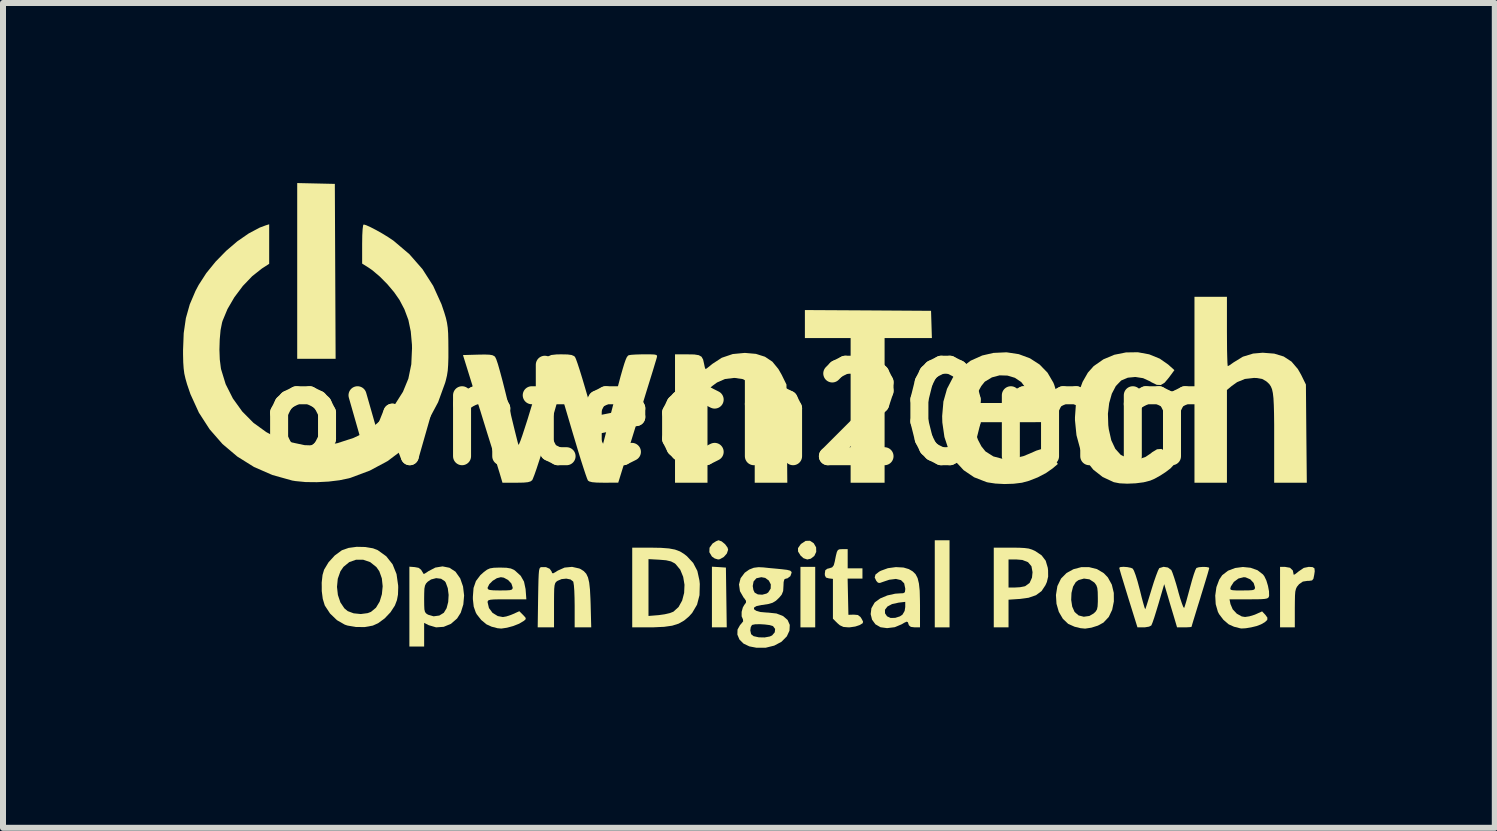
<source format=kicad_pcb>
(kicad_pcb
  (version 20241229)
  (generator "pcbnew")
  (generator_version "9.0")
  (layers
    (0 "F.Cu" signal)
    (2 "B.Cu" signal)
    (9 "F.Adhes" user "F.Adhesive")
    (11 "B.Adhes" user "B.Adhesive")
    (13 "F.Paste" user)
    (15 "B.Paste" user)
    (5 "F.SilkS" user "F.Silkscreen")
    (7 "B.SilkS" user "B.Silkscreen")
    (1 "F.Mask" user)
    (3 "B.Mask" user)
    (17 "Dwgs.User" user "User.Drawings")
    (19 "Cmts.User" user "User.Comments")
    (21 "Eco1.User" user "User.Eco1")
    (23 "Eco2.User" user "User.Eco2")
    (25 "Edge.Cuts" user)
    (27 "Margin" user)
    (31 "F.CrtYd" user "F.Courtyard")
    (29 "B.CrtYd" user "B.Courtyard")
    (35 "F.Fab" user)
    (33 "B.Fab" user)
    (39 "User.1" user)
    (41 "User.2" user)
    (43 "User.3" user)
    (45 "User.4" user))
  (footprint "owntech20mm"
    (layer "F.Cu")
    (at 9.402 3.862)
    (property "Reference" "owntech20mm" (at 0 0 0) (layer "F.SilkS") (effects (font (size 1.524 1.524) (thickness 0.3))))
    (attr board_only exclude_from_pos_files exclude_from_bom)
    (fp_poly (pts (xy 1.131 3.541) (xy 0.885 3.541) (xy 0.885 2.533) (xy 1.131 2.533)) (stroke (width 0) (type solid)) (fill yes) (layer "F.SilkS"))
    (fp_poly (pts (xy 3.369 3.541) (xy 3.123 3.541) (xy 3.123 2.09) (xy 3.369 2.09)) (stroke (width 0) (type solid)) (fill yes) (layer "F.SilkS"))
    (fp_poly (pts (xy -7.186 -3.855) (xy -6.873 -3.848) (xy -6.86 -0.934) (xy -7.5 -0.934) (xy -7.5 -3.862)) (stroke (width 0) (type solid)) (fill yes) (layer "F.SilkS"))
    (fp_poly (pts (xy -0.473 2.537) (xy -0.357 2.545) (xy -0.35 3.043) (xy -0.343 3.541) (xy -0.59 3.541) (xy -0.59 2.53)) (stroke (width 0) (type solid)) (fill yes) (layer "F.SilkS"))
    (fp_poly (pts (xy 2.01 -1.74) (xy 3.061 -1.733) (xy 3.068 -1.506) (xy 3.075 -1.279) (xy 2.287 -1.279) (xy 2.287 1.131) (xy 1.721 1.131) (xy 1.721 -1.279) (xy 0.959 -1.279) (xy 0.959 -1.746)) (stroke (width 0) (type solid)) (fill yes) (layer "F.SilkS"))
    (fp_poly (pts (xy 1.106 2.139) (xy 1.146 2.208) (xy 1.148 2.283) (xy 1.116 2.351) (xy 1.057 2.397) (xy 0.998 2.41) (xy 0.936 2.389) (xy 0.887 2.345) (xy 0.845 2.277) (xy 0.844 2.221) (xy 0.885 2.162) (xy 0.896 2.15) (xy 0.971 2.1) (xy 1.043 2.098)) (stroke (width 0) (type solid)) (fill yes) (layer "F.SilkS"))
    (fp_poly (pts (xy -0.427 2.109) (xy -0.371 2.155) (xy -0.33 2.211) (xy -0.32 2.247) (xy -0.341 2.31) (xy -0.392 2.368) (xy -0.457 2.405) (xy -0.487 2.41) (xy -0.544 2.393) (xy -0.59 2.361) (xy -0.633 2.289) (xy -0.63 2.214) (xy -0.581 2.146) (xy -0.575 2.141) (xy -0.521 2.106) (xy -0.481 2.09) (xy -0.479 2.09)) (stroke (width 0) (type solid)) (fill yes) (layer "F.SilkS"))
    (fp_poly (pts (xy 9.042 2.548) (xy 9.089 2.593) (xy 9.098 2.638) (xy 9.102 2.663) (xy 9.122 2.659) (xy 9.166 2.625) (xy 9.185 2.609) (xy 9.272 2.55) (xy 9.355 2.533) (xy 9.418 2.537) (xy 9.449 2.557) (xy 9.454 2.606) (xy 9.445 2.668) (xy 9.432 2.731) (xy 9.409 2.759) (xy 9.36 2.766) (xy 9.335 2.766) (xy 9.256 2.778) (xy 9.195 2.82) (xy 9.182 2.835) (xy 9.157 2.866) (xy 9.141 2.9) (xy 9.13 2.945) (xy 9.125 3.011) (xy 9.123 3.108) (xy 9.122 3.222) (xy 9.122 3.541) (xy 8.876 3.541) (xy 8.876 2.533) (xy 8.958 2.533)) (stroke (width 0) (type solid)) (fill yes) (layer "F.SilkS"))
    (fp_poly (pts (xy 4.527 2.214) (xy 4.62 2.219) (xy 4.688 2.228) (xy 4.743 2.245) (xy 4.794 2.268) (xy 4.903 2.341) (xy 4.971 2.43) (xy 5.006 2.548) (xy 5.011 2.592) (xy 5.012 2.696) (xy 4.991 2.785) (xy 4.967 2.839) (xy 4.902 2.937) (xy 4.81 3.005) (xy 4.685 3.048) (xy 4.53 3.068) (xy 4.352 3.08) (xy 4.352 3.541) (xy 4.106 3.541) (xy 4.106 2.877) (xy 4.352 2.877) (xy 4.461 2.877) (xy 4.544 2.872) (xy 4.617 2.858) (xy 4.632 2.853) (xy 4.703 2.801) (xy 4.743 2.712) (xy 4.752 2.622) (xy 4.734 2.523) (xy 4.677 2.455) (xy 4.582 2.418) (xy 4.486 2.41) (xy 4.352 2.41) (xy 4.352 2.877) (xy 4.106 2.877) (xy 4.106 2.213) (xy 4.396 2.213)) (stroke (width 0) (type solid)) (fill yes) (layer "F.SilkS"))
    (fp_poly (pts (xy 1.586 2.238) (xy 1.672 2.238) (xy 1.672 2.557) (xy 1.918 2.557) (xy 1.918 2.729) (xy 1.671 2.729) (xy 1.684 3.332) (xy 1.773 3.329) (xy 1.841 3.335) (xy 1.884 3.367) (xy 1.903 3.396) (xy 1.928 3.444) (xy 1.923 3.471) (xy 1.88 3.498) (xy 1.871 3.503) (xy 1.799 3.527) (xy 1.71 3.54) (xy 1.684 3.541) (xy 1.601 3.534) (xy 1.541 3.506) (xy 1.498 3.469) (xy 1.426 3.397) (xy 1.426 2.733) (xy 1.359 2.725) (xy 1.31 2.711) (xy 1.292 2.674) (xy 1.291 2.644) (xy 1.299 2.589) (xy 1.333 2.564) (xy 1.364 2.557) (xy 1.413 2.541) (xy 1.44 2.506) (xy 1.456 2.447) (xy 1.476 2.346) (xy 1.492 2.284) (xy 1.51 2.252) (xy 1.536 2.24) (xy 1.575 2.238)) (stroke (width 0) (type solid)) (fill yes) (layer "F.SilkS"))
    (fp_poly (pts (xy -1.437 2.216) (xy -1.306 2.226) (xy -1.205 2.245) (xy -1.122 2.276) (xy -1.05 2.321) (xy -1.007 2.355) (xy -0.902 2.468) (xy -0.833 2.6) (xy -0.798 2.76) (xy -0.792 2.818) (xy -0.797 3.005) (xy -0.838 3.163) (xy -0.919 3.3) (xy -0.972 3.359) (xy -1.054 3.428) (xy -1.144 3.479) (xy -1.252 3.513) (xy -1.386 3.532) (xy -1.557 3.54) (xy -1.627 3.541) (xy -1.918 3.541) (xy -1.918 2.404) (xy -1.647 2.404) (xy -1.647 3.351) (xy -1.475 3.337) (xy -1.377 3.323) (xy -1.288 3.302) (xy -1.232 3.28) (xy -1.146 3.202) (xy -1.086 3.094) (xy -1.053 2.967) (xy -1.047 2.831) (xy -1.069 2.699) (xy -1.118 2.58) (xy -1.195 2.487) (xy -1.212 2.473) (xy -1.272 2.442) (xy -1.355 2.423) (xy -1.464 2.414) (xy -1.647 2.404) (xy -1.918 2.404) (xy -1.918 2.213) (xy -1.607 2.213)) (stroke (width 0) (type solid)) (fill yes) (layer "F.SilkS"))
    (fp_poly (pts (xy 7.991 -1.389) (xy 7.992 -1.227) (xy 7.993 -1.082) (xy 7.996 -0.961) (xy 7.999 -0.872) (xy 8.003 -0.821) (xy 8.005 -0.811) (xy 8.032 -0.825) (xy 8.081 -0.859) (xy 8.099 -0.872) (xy 8.257 -0.969) (xy 8.427 -1.021) (xy 8.587 -1.035) (xy 8.779 -1.02) (xy 8.937 -0.972) (xy 9.067 -0.887) (xy 9.172 -0.764) (xy 9.227 -0.668) (xy 9.307 -0.505) (xy 9.314 0.313) (xy 9.322 1.131) (xy 8.778 1.131) (xy 8.778 0.393) (xy 8.778 0.165) (xy 8.776 -0.019) (xy 8.772 -0.165) (xy 8.766 -0.278) (xy 8.756 -0.364) (xy 8.742 -0.428) (xy 8.722 -0.475) (xy 8.697 -0.512) (xy 8.664 -0.544) (xy 8.643 -0.561) (xy 8.578 -0.598) (xy 8.493 -0.613) (xy 8.442 -0.615) (xy 8.291 -0.598) (xy 8.161 -0.545) (xy 8.071 -0.481) (xy 7.991 -0.414) (xy 7.991 1.131) (xy 7.45 1.131) (xy 7.45 -1.967) (xy 7.991 -1.967)) (stroke (width 0) (type solid)) (fill yes) (layer "F.SilkS"))
    (fp_poly (pts (xy 0.143 -1.016) (xy 0.294 -0.968) (xy 0.417 -0.886) (xy 0.517 -0.764) (xy 0.572 -0.668) (xy 0.652 -0.505) (xy 0.659 0.313) (xy 0.666 1.131) (xy 0.123 1.131) (xy 0.123 0.379) (xy 0.123 0.161) (xy 0.122 -0.014) (xy 0.119 -0.15) (xy 0.116 -0.254) (xy 0.111 -0.331) (xy 0.104 -0.387) (xy 0.095 -0.428) (xy 0.083 -0.458) (xy 0.083 -0.458) (xy 0.02 -0.544) (xy -0.074 -0.595) (xy -0.202 -0.614) (xy -0.221 -0.615) (xy -0.372 -0.597) (xy -0.505 -0.539) (xy -0.584 -0.481) (xy -0.664 -0.414) (xy -0.664 1.131) (xy -1.205 1.131) (xy -1.205 -1.008) (xy -0.999 -1.008) (xy -0.884 -1.006) (xy -0.809 -0.994) (xy -0.763 -0.968) (xy -0.737 -0.922) (xy -0.721 -0.851) (xy -0.721 -0.851) (xy -0.709 -0.793) (xy -0.697 -0.763) (xy -0.695 -0.762) (xy -0.672 -0.777) (xy -0.624 -0.815) (xy -0.584 -0.848) (xy -0.426 -0.951) (xy -0.243 -1.013) (xy -0.042 -1.032)) (stroke (width 0) (type solid)) (fill yes) (layer "F.SilkS"))
    (fp_poly (pts (xy -2.8 2.56) (xy -2.778 2.57) (xy -2.725 2.604) (xy -2.684 2.648) (xy -2.655 2.709) (xy -2.635 2.794) (xy -2.622 2.911) (xy -2.614 3.066) (xy -2.611 3.153) (xy -2.601 3.541) (xy -2.877 3.541) (xy -2.877 3.183) (xy -2.879 3.049) (xy -2.883 2.931) (xy -2.89 2.84) (xy -2.899 2.785) (xy -2.902 2.777) (xy -2.946 2.743) (xy -3.016 2.729) (xy -3.095 2.737) (xy -3.165 2.767) (xy -3.166 2.768) (xy -3.188 2.785) (xy -3.202 2.807) (xy -3.212 2.843) (xy -3.218 2.9) (xy -3.22 2.988) (xy -3.221 3.113) (xy -3.221 3.173) (xy -3.221 3.541) (xy -3.493 3.541) (xy -3.486 3.043) (xy -3.483 2.874) (xy -3.48 2.748) (xy -3.476 2.659) (xy -3.471 2.599) (xy -3.463 2.563) (xy -3.452 2.545) (xy -3.437 2.538) (xy -3.434 2.537) (xy -3.356 2.537) (xy -3.293 2.565) (xy -3.263 2.607) (xy -3.253 2.636) (xy -3.235 2.641) (xy -3.197 2.62) (xy -3.158 2.595) (xy -3.045 2.545) (xy -2.92 2.533)) (stroke (width 0) (type solid)) (fill yes) (layer "F.SilkS"))
    (fp_poly (pts (xy -4.963 2.548) (xy -4.863 2.613) (xy -4.861 2.616) (xy -4.784 2.725) (xy -4.737 2.86) (xy -4.719 3.01) (xy -4.732 3.159) (xy -4.775 3.297) (xy -4.836 3.393) (xy -4.938 3.482) (xy -5.059 3.532) (xy -5.186 3.541) (xy -5.308 3.505) (xy -5.312 3.503) (xy -5.385 3.466) (xy -5.385 3.86) (xy -5.631 3.86) (xy -5.631 3.065) (xy -5.385 3.065) (xy -5.384 3.172) (xy -5.381 3.241) (xy -5.371 3.283) (xy -5.353 3.308) (xy -5.323 3.328) (xy -5.317 3.331) (xy -5.227 3.357) (xy -5.132 3.344) (xy -5.057 3.298) (xy -5.011 3.222) (xy -4.984 3.118) (xy -4.977 3.001) (xy -4.991 2.888) (xy -5.025 2.795) (xy -5.04 2.773) (xy -5.103 2.731) (xy -5.185 2.721) (xy -5.27 2.743) (xy -5.325 2.78) (xy -5.354 2.811) (xy -5.371 2.846) (xy -5.381 2.897) (xy -5.384 2.977) (xy -5.385 3.065) (xy -5.631 3.065) (xy -5.631 2.53) (xy -5.541 2.537) (xy -5.478 2.549) (xy -5.436 2.581) (xy -5.397 2.645) (xy -5.393 2.652) (xy -5.373 2.644) (xy -5.328 2.615) (xy -5.317 2.607) (xy -5.199 2.545) (xy -5.078 2.525)) (stroke (width 0) (type solid)) (fill yes) (layer "F.SilkS"))
    (fp_poly (pts (xy 5.825 2.57) (xy 5.94 2.639) (xy 6.007 2.709) (xy 6.073 2.829) (xy 6.106 2.967) (xy 6.107 3.11) (xy 6.079 3.248) (xy 6.022 3.368) (xy 5.936 3.459) (xy 5.933 3.462) (xy 5.841 3.512) (xy 5.733 3.546) (xy 5.629 3.562) (xy 5.546 3.554) (xy 5.545 3.553) (xy 5.504 3.542) (xy 5.454 3.531) (xy 5.346 3.483) (xy 5.257 3.398) (xy 5.19 3.283) (xy 5.151 3.148) (xy 5.147 3.083) (xy 5.396 3.083) (xy 5.413 3.195) (xy 5.453 3.285) (xy 5.519 3.342) (xy 5.606 3.364) (xy 5.699 3.351) (xy 5.771 3.309) (xy 5.805 3.276) (xy 5.826 3.241) (xy 5.836 3.192) (xy 5.84 3.114) (xy 5.84 3.053) (xy 5.838 2.951) (xy 5.831 2.884) (xy 5.815 2.839) (xy 5.788 2.801) (xy 5.78 2.793) (xy 5.701 2.741) (xy 5.609 2.728) (xy 5.519 2.753) (xy 5.473 2.786) (xy 5.427 2.862) (xy 5.401 2.967) (xy 5.396 3.083) (xy 5.147 3.083) (xy 5.142 3.002) (xy 5.166 2.853) (xy 5.168 2.849) (xy 5.227 2.728) (xy 5.319 2.635) (xy 5.434 2.572) (xy 5.563 2.538) (xy 5.696 2.538)) (stroke (width 0) (type solid)) (fill yes) (layer "F.SilkS"))
    (fp_poly (pts (xy -6.367 2.202) (xy -6.237 2.224) (xy -6.159 2.254) (xy -6.016 2.357) (xy -5.911 2.49) (xy -5.845 2.653) (xy -5.818 2.844) (xy -5.817 2.877) (xy -5.821 2.996) (xy -5.838 3.087) (xy -5.87 3.171) (xy -5.873 3.178) (xy -5.945 3.289) (xy -6.043 3.392) (xy -6.152 3.472) (xy -6.241 3.512) (xy -6.376 3.536) (xy -6.524 3.535) (xy -6.662 3.511) (xy -6.707 3.496) (xy -6.838 3.421) (xy -6.953 3.31) (xy -7.039 3.179) (xy -7.042 3.172) (xy -7.074 3.067) (xy -7.091 2.936) (xy -7.091 2.867) (xy -6.837 2.867) (xy -6.822 3.002) (xy -6.78 3.126) (xy -6.714 3.224) (xy -6.659 3.27) (xy -6.56 3.307) (xy -6.441 3.319) (xy -6.326 3.304) (xy -6.271 3.283) (xy -6.188 3.214) (xy -6.126 3.112) (xy -6.089 2.989) (xy -6.076 2.856) (xy -6.09 2.724) (xy -6.132 2.606) (xy -6.181 2.536) (xy -6.284 2.454) (xy -6.401 2.414) (xy -6.52 2.414) (xy -6.633 2.454) (xy -6.729 2.533) (xy -6.78 2.607) (xy -6.824 2.731) (xy -6.837 2.867) (xy -7.091 2.867) (xy -7.092 2.796) (xy -7.078 2.668) (xy -7.052 2.58) (xy -6.978 2.457) (xy -6.874 2.343) (xy -6.758 2.258) (xy -6.752 2.255) (xy -6.643 2.217) (xy -6.508 2.199)) (stroke (width 0) (type solid)) (fill yes) (layer "F.SilkS"))
    (fp_poly (pts (xy 6.696 -1.008) (xy 6.872 -0.936) (xy 7.011 -0.839) (xy 7.116 -0.745) (xy 7.023 -0.619) (xy 6.953 -0.536) (xy 6.89 -0.497) (xy 6.822 -0.5) (xy 6.737 -0.541) (xy 6.708 -0.559) (xy 6.594 -0.611) (xy 6.465 -0.631) (xy 6.34 -0.619) (xy 6.233 -0.574) (xy 6.227 -0.57) (xy 6.14 -0.48) (xy 6.073 -0.352) (xy 6.029 -0.196) (xy 6.008 -0.018) (xy 6.014 0.172) (xy 6.022 0.238) (xy 6.064 0.424) (xy 6.131 0.566) (xy 6.221 0.666) (xy 6.335 0.723) (xy 6.447 0.738) (xy 6.55 0.73) (xy 6.633 0.702) (xy 6.72 0.644) (xy 6.745 0.623) (xy 6.826 0.574) (xy 6.899 0.568) (xy 6.971 0.609) (xy 7.037 0.681) (xy 7.086 0.75) (xy 7.107 0.795) (xy 7.104 0.828) (xy 7.097 0.842) (xy 7.052 0.891) (xy 6.975 0.95) (xy 6.882 1.011) (xy 6.785 1.065) (xy 6.713 1.096) (xy 6.603 1.124) (xy 6.47 1.141) (xy 6.33 1.147) (xy 6.203 1.141) (xy 6.106 1.122) (xy 5.921 1.036) (xy 5.764 0.913) (xy 5.638 0.754) (xy 5.544 0.561) (xy 5.484 0.339) (xy 5.459 0.089) (xy 5.459 0.041) (xy 5.474 -0.167) (xy 5.518 -0.366) (xy 5.586 -0.549) (xy 5.674 -0.703) (xy 5.771 -0.812) (xy 5.933 -0.925) (xy 6.115 -1.001) (xy 6.309 -1.04) (xy 6.506 -1.043)) (stroke (width 0) (type solid)) (fill yes) (layer "F.SilkS"))
    (fp_poly (pts (xy 2.602 2.544) (xy 2.69 2.57) (xy 2.755 2.608) (xy 2.803 2.655) (xy 2.837 2.72) (xy 2.859 2.81) (xy 2.872 2.931) (xy 2.876 3.091) (xy 2.877 3.171) (xy 2.877 3.541) (xy 2.789 3.541) (xy 2.724 3.533) (xy 2.693 3.507) (xy 2.687 3.492) (xy 2.675 3.455) (xy 2.655 3.446) (xy 2.615 3.464) (xy 2.571 3.49) (xy 2.457 3.538) (xy 2.328 3.554) (xy 2.219 3.539) (xy 2.134 3.49) (xy 2.078 3.413) (xy 2.055 3.32) (xy 2.064 3.248) (xy 2.293 3.248) (xy 2.294 3.307) (xy 2.328 3.357) (xy 2.386 3.384) (xy 2.463 3.383) (xy 2.542 3.358) (xy 2.585 3.329) (xy 2.621 3.267) (xy 2.631 3.202) (xy 2.631 3.116) (xy 2.521 3.129) (xy 2.411 3.153) (xy 2.334 3.194) (xy 2.293 3.248) (xy 2.064 3.248) (xy 2.067 3.222) (xy 2.118 3.133) (xy 2.126 3.123) (xy 2.214 3.059) (xy 2.333 3.009) (xy 2.464 2.98) (xy 2.537 2.975) (xy 2.598 2.972) (xy 2.625 2.955) (xy 2.631 2.91) (xy 2.631 2.893) (xy 2.613 2.807) (xy 2.56 2.754) (xy 2.476 2.734) (xy 2.364 2.748) (xy 2.266 2.781) (xy 2.209 2.801) (xy 2.177 2.797) (xy 2.149 2.767) (xy 2.122 2.71) (xy 2.135 2.661) (xy 2.193 2.615) (xy 2.224 2.598) (xy 2.342 2.555) (xy 2.475 2.537)) (stroke (width 0) (type solid)) (fill yes) (layer "F.SilkS"))
    (fp_poly (pts (xy 8.385 2.548) (xy 8.5 2.589) (xy 8.591 2.659) (xy 8.614 2.689) (xy 8.648 2.76) (xy 8.675 2.85) (xy 8.692 2.94) (xy 8.694 3.012) (xy 8.691 3.027) (xy 8.681 3.046) (xy 8.66 3.059) (xy 8.62 3.067) (xy 8.552 3.072) (xy 8.448 3.073) (xy 8.355 3.074) (xy 8.034 3.074) (xy 8.05 3.153) (xy 8.087 3.24) (xy 8.155 3.313) (xy 8.238 3.359) (xy 8.293 3.368) (xy 8.366 3.357) (xy 8.451 3.331) (xy 8.475 3.321) (xy 8.577 3.275) (xy 8.631 3.332) (xy 8.665 3.379) (xy 8.663 3.417) (xy 8.622 3.455) (xy 8.559 3.491) (xy 8.486 3.519) (xy 8.395 3.541) (xy 8.304 3.556) (xy 8.23 3.56) (xy 8.2 3.554) (xy 8.159 3.542) (xy 8.11 3.531) (xy 8.021 3.491) (xy 7.934 3.417) (xy 7.862 3.323) (xy 7.841 3.284) (xy 7.804 3.155) (xy 7.796 3.012) (xy 7.812 2.897) (xy 8.047 2.897) (xy 8.055 2.914) (xy 8.086 2.922) (xy 8.148 2.926) (xy 8.248 2.926) (xy 8.35 2.925) (xy 8.412 2.921) (xy 8.444 2.912) (xy 8.457 2.894) (xy 8.458 2.872) (xy 8.436 2.801) (xy 8.38 2.741) (xy 8.303 2.708) (xy 8.271 2.705) (xy 8.183 2.727) (xy 8.106 2.784) (xy 8.056 2.861) (xy 8.053 2.871) (xy 8.047 2.897) (xy 7.812 2.897) (xy 7.816 2.87) (xy 7.863 2.745) (xy 7.912 2.672) (xy 8.009 2.597) (xy 8.127 2.552) (xy 8.257 2.535)) (stroke (width 0) (type solid)) (fill yes) (layer "F.SilkS"))
    (fp_poly (pts (xy -4.013 2.548) (xy -3.941 2.56) (xy -3.888 2.583) (xy -3.87 2.596) (xy -3.776 2.682) (xy -3.721 2.779) (xy -3.695 2.902) (xy -3.693 2.926) (xy -3.682 3.074) (xy -4.005 3.074) (xy -4.136 3.074) (xy -4.226 3.076) (xy -4.282 3.081) (xy -4.313 3.09) (xy -4.325 3.104) (xy -4.328 3.122) (xy -4.305 3.219) (xy -4.245 3.3) (xy -4.158 3.353) (xy -4.073 3.369) (xy -4.015 3.359) (xy -3.937 3.333) (xy -3.906 3.32) (xy -3.799 3.272) (xy -3.737 3.334) (xy -3.698 3.376) (xy -3.691 3.402) (xy -3.715 3.426) (xy -3.725 3.434) (xy -3.802 3.48) (xy -3.901 3.519) (xy -4.005 3.547) (xy -4.099 3.561) (xy -4.166 3.555) (xy -4.168 3.554) (xy -4.209 3.542) (xy -4.258 3.531) (xy -4.346 3.491) (xy -4.434 3.418) (xy -4.508 3.324) (xy -4.525 3.293) (xy -4.559 3.196) (xy -4.573 3.071) (xy -4.573 3.031) (xy -4.562 2.887) (xy -4.328 2.887) (xy -4.32 2.906) (xy -4.291 2.918) (xy -4.232 2.924) (xy -4.133 2.926) (xy -4.119 2.926) (xy -4.017 2.925) (xy -3.955 2.921) (xy -3.923 2.911) (xy -3.911 2.893) (xy -3.91 2.876) (xy -3.931 2.811) (xy -3.986 2.752) (xy -4.058 2.713) (xy -4.107 2.705) (xy -4.174 2.722) (xy -4.243 2.765) (xy -4.299 2.821) (xy -4.327 2.878) (xy -4.328 2.887) (xy -4.562 2.887) (xy -4.562 2.885) (xy -4.522 2.769) (xy -4.448 2.671) (xy -4.39 2.619) (xy -4.337 2.58) (xy -4.288 2.558) (xy -4.225 2.548) (xy -4.133 2.545) (xy -4.118 2.545)) (stroke (width 0) (type solid)) (fill yes) (layer "F.SilkS"))
    (fp_poly (pts (xy 4.523 -1.011) (xy 4.709 -0.942) (xy 4.87 -0.838) (xy 5.002 -0.702) (xy 5.099 -0.536) (xy 5.114 -0.499) (xy 5.145 -0.396) (xy 5.167 -0.277) (xy 5.181 -0.156) (xy 5.185 -0.047) (xy 5.177 0.037) (xy 5.166 0.069) (xy 5.156 0.085) (xy 5.143 0.097) (xy 5.119 0.107) (xy 5.081 0.114) (xy 5.021 0.118) (xy 4.935 0.121) (xy 4.817 0.122) (xy 4.66 0.123) (xy 4.462 0.123) (xy 3.787 0.123) (xy 3.787 0.196) (xy 3.802 0.299) (xy 3.843 0.416) (xy 3.9 0.525) (xy 3.965 0.606) (xy 3.97 0.611) (xy 4.1 0.693) (xy 4.251 0.733) (xy 4.419 0.731) (xy 4.6 0.688) (xy 4.705 0.645) (xy 4.816 0.596) (xy 4.894 0.572) (xy 4.954 0.576) (xy 5.005 0.607) (xy 5.059 0.668) (xy 5.078 0.692) (xy 5.174 0.818) (xy 5.089 0.891) (xy 4.979 0.968) (xy 4.841 1.041) (xy 4.694 1.099) (xy 4.576 1.131) (xy 4.438 1.148) (xy 4.284 1.153) (xy 4.133 1.145) (xy 4.007 1.126) (xy 3.983 1.12) (xy 3.778 1.04) (xy 3.604 0.922) (xy 3.463 0.77) (xy 3.355 0.585) (xy 3.284 0.37) (xy 3.249 0.127) (xy 3.246 0.022) (xy 3.265 -0.197) (xy 3.786 -0.197) (xy 4.696 -0.197) (xy 4.696 -0.265) (xy 4.685 -0.328) (xy 4.657 -0.409) (xy 4.641 -0.444) (xy 4.564 -0.546) (xy 4.458 -0.617) (xy 4.335 -0.654) (xy 4.203 -0.658) (xy 4.075 -0.624) (xy 3.959 -0.554) (xy 3.951 -0.546) (xy 3.899 -0.481) (xy 3.848 -0.389) (xy 3.809 -0.291) (xy 3.802 -0.264) (xy 3.786 -0.197) (xy 3.265 -0.197) (xy 3.266 -0.218) (xy 3.327 -0.433) (xy 3.424 -0.62) (xy 3.556 -0.778) (xy 3.72 -0.902) (xy 3.914 -0.989) (xy 4.101 -1.032) (xy 4.319 -1.042)) (stroke (width 0) (type solid)) (fill yes) (layer "F.SilkS"))
    (fp_poly (pts (xy 7.008 2.544) (xy 7.062 2.584) (xy 7.065 2.588) (xy 7.084 2.632) (xy 7.112 2.713) (xy 7.145 2.819) (xy 7.179 2.939) (xy 7.18 2.946) (xy 7.212 3.056) (xy 7.241 3.143) (xy 7.263 3.2) (xy 7.278 3.218) (xy 7.279 3.216) (xy 7.291 3.181) (xy 7.313 3.109) (xy 7.34 3.009) (xy 7.372 2.892) (xy 7.376 2.877) (xy 7.408 2.76) (xy 7.438 2.661) (xy 7.464 2.588) (xy 7.482 2.553) (xy 7.484 2.551) (xy 7.524 2.539) (xy 7.584 2.534) (xy 7.644 2.535) (xy 7.687 2.543) (xy 7.696 2.552) (xy 7.689 2.58) (xy 7.67 2.648) (xy 7.64 2.748) (xy 7.602 2.873) (xy 7.558 3.016) (xy 7.549 3.047) (xy 7.504 3.191) (xy 7.465 3.319) (xy 7.433 3.423) (xy 7.411 3.496) (xy 7.402 3.53) (xy 7.401 3.532) (xy 7.379 3.537) (xy 7.323 3.54) (xy 7.281 3.541) (xy 7.16 3.541) (xy 7.111 3.375) (xy 7.078 3.265) (xy 7.039 3.135) (xy 7.004 3.015) (xy 6.946 2.821) (xy 6.85 3.15) (xy 6.813 3.272) (xy 6.78 3.378) (xy 6.752 3.459) (xy 6.733 3.505) (xy 6.73 3.51) (xy 6.693 3.529) (xy 6.627 3.54) (xy 6.603 3.541) (xy 6.5 3.541) (xy 6.348 3.053) (xy 6.303 2.906) (xy 6.263 2.775) (xy 6.23 2.668) (xy 6.208 2.591) (xy 6.197 2.552) (xy 6.196 2.549) (xy 6.217 2.536) (xy 6.269 2.532) (xy 6.332 2.537) (xy 6.391 2.549) (xy 6.422 2.563) (xy 6.442 2.598) (xy 6.47 2.672) (xy 6.502 2.775) (xy 6.535 2.899) (xy 6.541 2.921) (xy 6.57 3.039) (xy 6.596 3.136) (xy 6.616 3.205) (xy 6.628 3.237) (xy 6.63 3.238) (xy 6.64 3.213) (xy 6.661 3.149) (xy 6.69 3.055) (xy 6.725 2.941) (xy 6.737 2.901) (xy 6.775 2.78) (xy 6.811 2.677) (xy 6.841 2.599) (xy 6.862 2.557) (xy 6.867 2.553) (xy 6.936 2.532)) (stroke (width 0) (type solid)) (fill yes) (layer "F.SilkS"))
    (fp_poly (pts (xy 0.267 2.542) (xy 0.37 2.553) (xy 0.491 2.564) (xy 0.572 2.572) (xy 0.663 2.583) (xy 0.714 2.596) (xy 0.735 2.616) (xy 0.738 2.629) (xy 0.717 2.688) (xy 0.667 2.725) (xy 0.641 2.729) (xy 0.617 2.741) (xy 0.605 2.785) (xy 0.602 2.851) (xy 0.597 2.935) (xy 0.573 2.995) (xy 0.53 3.047) (xy 0.476 3.098) (xy 0.421 3.131) (xy 0.349 3.152) (xy 0.245 3.168) (xy 0.236 3.169) (xy 0.151 3.187) (xy 0.111 3.212) (xy 0.111 3.239) (xy 0.148 3.265) (xy 0.218 3.285) (xy 0.319 3.294) (xy 0.347 3.295) (xy 0.486 3.31) (xy 0.596 3.353) (xy 0.671 3.418) (xy 0.707 3.5) (xy 0.702 3.596) (xy 0.658 3.691) (xy 0.569 3.781) (xy 0.449 3.845) (xy 0.307 3.88) (xy 0.154 3.881) (xy 0.034 3.858) (xy -0.063 3.812) (xy -0.132 3.743) (xy -0.166 3.661) (xy -0.164 3.592) (xy 0.049 3.592) (xy 0.063 3.655) (xy 0.105 3.688) (xy 0.191 3.707) (xy 0.288 3.709) (xy 0.375 3.693) (xy 0.413 3.675) (xy 0.457 3.623) (xy 0.463 3.567) (xy 0.429 3.522) (xy 0.422 3.518) (xy 0.371 3.503) (xy 0.292 3.493) (xy 0.206 3.488) (xy 0.129 3.49) (xy 0.081 3.5) (xy 0.078 3.501) (xy 0.057 3.537) (xy 0.049 3.592) (xy -0.164 3.592) (xy -0.163 3.577) (xy -0.12 3.5) (xy -0.11 3.491) (xy -0.07 3.441) (xy -0.073 3.408) (xy -0.095 3.357) (xy -0.095 3.283) (xy -0.075 3.209) (xy -0.052 3.169) (xy -0.023 3.129) (xy -0.022 3.099) (xy -0.05 3.058) (xy -0.063 3.043) (xy -0.123 2.938) (xy -0.135 2.852) (xy 0.09 2.852) (xy 0.101 2.918) (xy 0.122 2.962) (xy 0.175 2.992) (xy 0.248 2.997) (xy 0.32 2.978) (xy 0.348 2.959) (xy 0.389 2.895) (xy 0.391 2.825) (xy 0.358 2.761) (xy 0.298 2.717) (xy 0.233 2.705) (xy 0.151 2.723) (xy 0.104 2.776) (xy 0.09 2.852) (xy -0.135 2.852) (xy -0.139 2.827) (xy -0.112 2.722) (xy -0.044 2.631) (xy 0.031 2.578) (xy 0.107 2.548) (xy 0.186 2.538)) (stroke (width 0) (type solid)) (fill yes) (layer "F.SilkS"))
    (fp_poly (pts (xy -7.967 -2.516) (xy -8.088 -2.438) (xy -8.25 -2.31) (xy -8.406 -2.147) (xy -8.547 -1.959) (xy -8.662 -1.762) (xy -8.743 -1.567) (xy -8.752 -1.537) (xy -8.777 -1.411) (xy -8.791 -1.255) (xy -8.796 -1.086) (xy -8.79 -0.922) (xy -8.772 -0.78) (xy -8.769 -0.762) (xy -8.692 -0.511) (xy -8.572 -0.273) (xy -8.416 -0.056) (xy -8.229 0.133) (xy -8.016 0.287) (xy -7.917 0.341) (xy -7.649 0.447) (xy -7.378 0.505) (xy -7.105 0.514) (xy -6.833 0.473) (xy -6.563 0.385) (xy -6.467 0.34) (xy -6.356 0.281) (xy -6.26 0.217) (xy -6.164 0.138) (xy -6.054 0.032) (xy -6.048 0.027) (xy -5.87 -0.176) (xy -5.738 -0.384) (xy -5.648 -0.603) (xy -5.599 -0.842) (xy -5.587 -1.108) (xy -5.588 -1.168) (xy -5.608 -1.39) (xy -5.648 -1.582) (xy -5.714 -1.759) (xy -5.796 -1.915) (xy -5.885 -2.043) (xy -5.999 -2.178) (xy -6.125 -2.305) (xy -6.249 -2.41) (xy -6.305 -2.449) (xy -6.418 -2.52) (xy -6.418 -2.846) (xy -6.416 -2.99) (xy -6.41 -3.094) (xy -6.402 -3.156) (xy -6.392 -3.172) (xy -6.349 -3.159) (xy -6.276 -3.126) (xy -6.183 -3.078) (xy -6.082 -3.021) (xy -5.984 -2.961) (xy -5.899 -2.904) (xy -5.889 -2.896) (xy -5.631 -2.677) (xy -5.413 -2.428) (xy -5.235 -2.15) (xy -5.096 -1.843) (xy -5.049 -1.704) (xy -5.022 -1.614) (xy -5.004 -1.534) (xy -4.992 -1.453) (xy -4.985 -1.358) (xy -4.982 -1.236) (xy -4.981 -1.106) (xy -4.981 -0.95) (xy -4.985 -0.83) (xy -4.992 -0.735) (xy -5.005 -0.653) (xy -5.024 -0.573) (xy -5.035 -0.534) (xy -5.152 -0.211) (xy -5.309 0.083) (xy -5.503 0.345) (xy -5.733 0.575) (xy -5.995 0.771) (xy -6.29 0.929) (xy -6.613 1.05) (xy -6.642 1.058) (xy -6.795 1.09) (xy -6.977 1.112) (xy -7.172 1.122) (xy -7.36 1.12) (xy -7.526 1.104) (xy -7.582 1.095) (xy -7.915 1.002) (xy -8.221 0.868) (xy -8.498 0.695) (xy -8.745 0.486) (xy -8.959 0.241) (xy -9.138 -0.036) (xy -9.279 -0.345) (xy -9.335 -0.509) (xy -9.362 -0.604) (xy -9.381 -0.687) (xy -9.392 -0.773) (xy -9.399 -0.875) (xy -9.402 -1.006) (xy -9.402 -1.082) (xy -9.391 -1.362) (xy -9.355 -1.611) (xy -9.29 -1.841) (xy -9.194 -2.066) (xy -9.142 -2.164) (xy -9.015 -2.361) (xy -8.859 -2.553) (xy -8.684 -2.732) (xy -8.498 -2.891) (xy -8.307 -3.023) (xy -8.122 -3.121) (xy -8.022 -3.158) (xy -7.967 -3.175)) (stroke (width 0) (type solid)) (fill yes) (layer "F.SilkS"))
    (fp_poly (pts (xy -1.611 -1.008) (xy -1.547 -1.005) (xy -1.514 -0.997) (xy -1.504 -0.981) (xy -1.508 -0.956) (xy -1.509 -0.953) (xy -1.519 -0.918) (xy -1.542 -0.842) (xy -1.576 -0.729) (xy -1.621 -0.584) (xy -1.674 -0.413) (xy -1.733 -0.22) (xy -1.798 -0.012) (xy -1.837 0.116) (xy -2.151 1.13) (xy -2.388 1.131) (xy -2.508 1.129) (xy -2.587 1.122) (xy -2.635 1.109) (xy -2.656 1.094) (xy -2.67 1.062) (xy -2.696 0.989) (xy -2.732 0.88) (xy -2.776 0.743) (xy -2.825 0.583) (xy -2.878 0.405) (xy -2.902 0.326) (xy -3.118 -0.405) (xy -3.147 -0.295) (xy -3.18 -0.174) (xy -3.221 -0.03) (xy -3.269 0.128) (xy -3.319 0.294) (xy -3.371 0.461) (xy -3.422 0.622) (xy -3.47 0.77) (xy -3.512 0.898) (xy -3.547 0.998) (xy -3.573 1.064) (xy -3.584 1.088) (xy -3.612 1.109) (xy -3.656 1.122) (xy -3.727 1.129) (xy -3.836 1.131) (xy -3.851 1.131) (xy -4.08 1.131) (xy -4.129 0.965) (xy -4.148 0.904) (xy -4.179 0.802) (xy -4.221 0.666) (xy -4.272 0.502) (xy -4.33 0.317) (xy -4.392 0.117) (xy -4.456 -0.091) (xy -4.459 -0.098) (xy -4.738 -0.996) (xy -4.492 -1.003) (xy -4.375 -1.005) (xy -4.297 -1.002) (xy -4.248 -0.994) (xy -4.216 -0.978) (xy -4.203 -0.966) (xy -4.184 -0.928) (xy -4.156 -0.846) (xy -4.121 -0.723) (xy -4.078 -0.563) (xy -4.029 -0.369) (xy -3.996 -0.234) (xy -3.952 -0.055) (xy -3.912 0.11) (xy -3.877 0.254) (xy -3.848 0.37) (xy -3.827 0.453) (xy -3.815 0.497) (xy -3.814 0.5) (xy -3.804 0.488) (xy -3.781 0.434) (xy -3.749 0.343) (xy -3.709 0.221) (xy -3.661 0.072) (xy -3.609 -0.099) (xy -3.552 -0.285) (xy -3.494 -0.482) (xy -3.436 -0.686) (xy -3.389 -0.854) (xy -3.363 -0.926) (xy -3.325 -0.971) (xy -3.267 -0.997) (xy -3.176 -1.007) (xy -3.1 -1.008) (xy -2.995 -1.006) (xy -2.928 -0.997) (xy -2.887 -0.979) (xy -2.872 -0.965) (xy -2.856 -0.931) (xy -2.829 -0.856) (xy -2.793 -0.746) (xy -2.75 -0.607) (xy -2.702 -0.445) (xy -2.65 -0.267) (xy -2.629 -0.192) (xy -2.578 -0.011) (xy -2.531 0.152) (xy -2.491 0.294) (xy -2.458 0.408) (xy -2.434 0.488) (xy -2.42 0.529) (xy -2.418 0.533) (xy -2.411 0.509) (xy -2.393 0.443) (xy -2.367 0.343) (xy -2.334 0.215) (xy -2.295 0.065) (xy -2.263 -0.062) (xy -2.202 -0.298) (xy -2.152 -0.491) (xy -2.111 -0.645) (xy -2.077 -0.764) (xy -2.05 -0.853) (xy -2.028 -0.916) (xy -2.01 -0.957) (xy -1.993 -0.981) (xy -1.978 -0.993) (xy -1.977 -0.993) (xy -1.936 -1) (xy -1.86 -1.005) (xy -1.761 -1.008) (xy -1.716 -1.008)) (stroke (width 0) (type solid)) (fill yes) (layer "F.SilkS")))
  (gr_rect
    (start -3 -3)
    (end 21.856 10.743)
    (stroke (width 0.1) (type default))
    (fill no)
    (layer "Edge.Cuts")))
</source>
